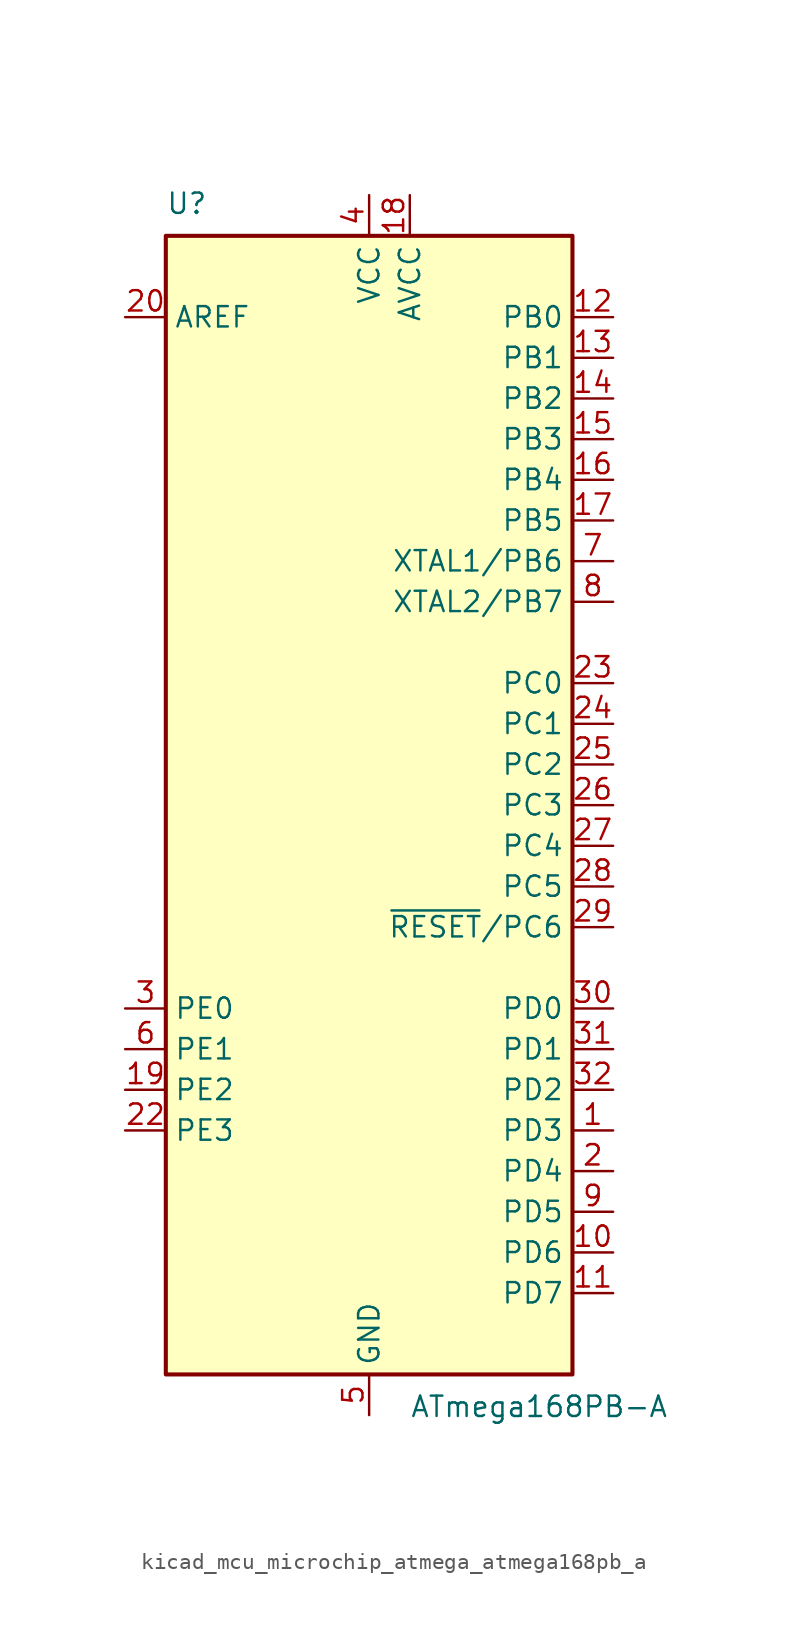
<source format=kicad_sym>
(kicad_symbol_lib
  (version 20220914)
  (generator kicad_symbol_editor)
  (symbol "kicad_mcu_microchip_atmega_atmega168pb_a"
    (property "Reference" "U"
      (at -12.7 36.83 0)
      (effects (font (size 1.27 1.27)) (justify left bottom)))
    (property "Value" "ATmega168PB-A"
      (at 2.54 -36.83 0)
      (effects (font (size 1.27 1.27)) (justify left top)))
    (symbol "kicad_mcu_microchip_atmega_atmega168pb_a_0_1"
      (rectangle (start -12.7 -35.56) (end 12.7 35.56) (stroke (width 0.254) (type default)) (fill (type background))))
    (symbol "kicad_mcu_microchip_atmega_atmega168pb_a_1_1"
      (pin bidirectional line (at 15.24 -20.32 180) (length 2.54) (name "PD3" (effects (font (size 1.27 1.27)))) (number "1" (effects (font (size 1.27 1.27)))))
      (pin bidirectional line (at 15.24 -27.94 180) (length 2.54) (name "PD6" (effects (font (size 1.27 1.27)))) (number "10" (effects (font (size 1.27 1.27)))))
      (pin bidirectional line (at 15.24 -30.48 180) (length 2.54) (name "PD7" (effects (font (size 1.27 1.27)))) (number "11" (effects (font (size 1.27 1.27)))))
      (pin bidirectional line (at 15.24 30.48 180) (length 2.54) (name "PB0" (effects (font (size 1.27 1.27)))) (number "12" (effects (font (size 1.27 1.27)))))
      (pin bidirectional line (at 15.24 27.94 180) (length 2.54) (name "PB1" (effects (font (size 1.27 1.27)))) (number "13" (effects (font (size 1.27 1.27)))))
      (pin bidirectional line (at 15.24 25.4 180) (length 2.54) (name "PB2" (effects (font (size 1.27 1.27)))) (number "14" (effects (font (size 1.27 1.27)))))
      (pin bidirectional line (at 15.24 22.86 180) (length 2.54) (name "PB3" (effects (font (size 1.27 1.27)))) (number "15" (effects (font (size 1.27 1.27)))))
      (pin bidirectional line (at 15.24 20.32 180) (length 2.54) (name "PB4" (effects (font (size 1.27 1.27)))) (number "16" (effects (font (size 1.27 1.27)))))
      (pin bidirectional line (at 15.24 17.78 180) (length 2.54) (name "PB5" (effects (font (size 1.27 1.27)))) (number "17" (effects (font (size 1.27 1.27)))))
      (pin power_in line (at 2.54 38.1 270) (length 2.54) (name "AVCC" (effects (font (size 1.27 1.27)))) (number "18" (effects (font (size 1.27 1.27)))))
      (pin bidirectional line (at -15.24 -17.78 0) (length 2.54) (name "PE2" (effects (font (size 1.27 1.27)))) (number "19" (effects (font (size 1.27 1.27)))))
      (pin bidirectional line (at 15.24 -22.86 180) (length 2.54) (name "PD4" (effects (font (size 1.27 1.27)))) (number "2" (effects (font (size 1.27 1.27)))))
      (pin passive line (at -15.24 30.48 0) (length 2.54) (name "AREF" (effects (font (size 1.27 1.27)))) (number "20" (effects (font (size 1.27 1.27)))))
      (pin passive line (at 0 -38.1 90) (length 2.54) hide (name "GND" (effects (font (size 1.27 1.27)))) (number "21" (effects (font (size 1.27 1.27)))))
      (pin bidirectional line (at -15.24 -20.32 0) (length 2.54) (name "PE3" (effects (font (size 1.27 1.27)))) (number "22" (effects (font (size 1.27 1.27)))))
      (pin bidirectional line (at 15.24 7.62 180) (length 2.54) (name "PC0" (effects (font (size 1.27 1.27)))) (number "23" (effects (font (size 1.27 1.27)))))
      (pin bidirectional line (at 15.24 5.08 180) (length 2.54) (name "PC1" (effects (font (size 1.27 1.27)))) (number "24" (effects (font (size 1.27 1.27)))))
      (pin bidirectional line (at 15.24 2.54 180) (length 2.54) (name "PC2" (effects (font (size 1.27 1.27)))) (number "25" (effects (font (size 1.27 1.27)))))
      (pin bidirectional line (at 15.24 0 180) (length 2.54) (name "PC3" (effects (font (size 1.27 1.27)))) (number "26" (effects (font (size 1.27 1.27)))))
      (pin bidirectional line (at 15.24 -2.54 180) (length 2.54) (name "PC4" (effects (font (size 1.27 1.27)))) (number "27" (effects (font (size 1.27 1.27)))))
      (pin bidirectional line (at 15.24 -5.08 180) (length 2.54) (name "PC5" (effects (font (size 1.27 1.27)))) (number "28" (effects (font (size 1.27 1.27)))))
      (pin bidirectional line (at 15.24 -7.62 180) (length 2.54) (name "~{RESET}/PC6" (effects (font (size 1.27 1.27)))) (number "29" (effects (font (size 1.27 1.27)))))
      (pin bidirectional line (at -15.24 -12.7 0) (length 2.54) (name "PE0" (effects (font (size 1.27 1.27)))) (number "3" (effects (font (size 1.27 1.27)))))
      (pin bidirectional line (at 15.24 -12.7 180) (length 2.54) (name "PD0" (effects (font (size 1.27 1.27)))) (number "30" (effects (font (size 1.27 1.27)))))
      (pin bidirectional line (at 15.24 -15.24 180) (length 2.54) (name "PD1" (effects (font (size 1.27 1.27)))) (number "31" (effects (font (size 1.27 1.27)))))
      (pin bidirectional line (at 15.24 -17.78 180) (length 2.54) (name "PD2" (effects (font (size 1.27 1.27)))) (number "32" (effects (font (size 1.27 1.27)))))
      (pin power_in line (at 0 38.1 270) (length 2.54) (name "VCC" (effects (font (size 1.27 1.27)))) (number "4" (effects (font (size 1.27 1.27)))))
      (pin power_in line (at 0 -38.1 90) (length 2.54) (name "GND" (effects (font (size 1.27 1.27)))) (number "5" (effects (font (size 1.27 1.27)))))
      (pin bidirectional line (at -15.24 -15.24 0) (length 2.54) (name "PE1" (effects (font (size 1.27 1.27)))) (number "6" (effects (font (size 1.27 1.27)))))
      (pin bidirectional line (at 15.24 15.24 180) (length 2.54) (name "XTAL1/PB6" (effects (font (size 1.27 1.27)))) (number "7" (effects (font (size 1.27 1.27)))))
      (pin bidirectional line (at 15.24 12.7 180) (length 2.54) (name "XTAL2/PB7" (effects (font (size 1.27 1.27)))) (number "8" (effects (font (size 1.27 1.27)))))
      (pin bidirectional line (at 15.24 -25.4 180) (length 2.54) (name "PD5" (effects (font (size 1.27 1.27)))) (number "9" (effects (font (size 1.27 1.27))))))))
</source>
